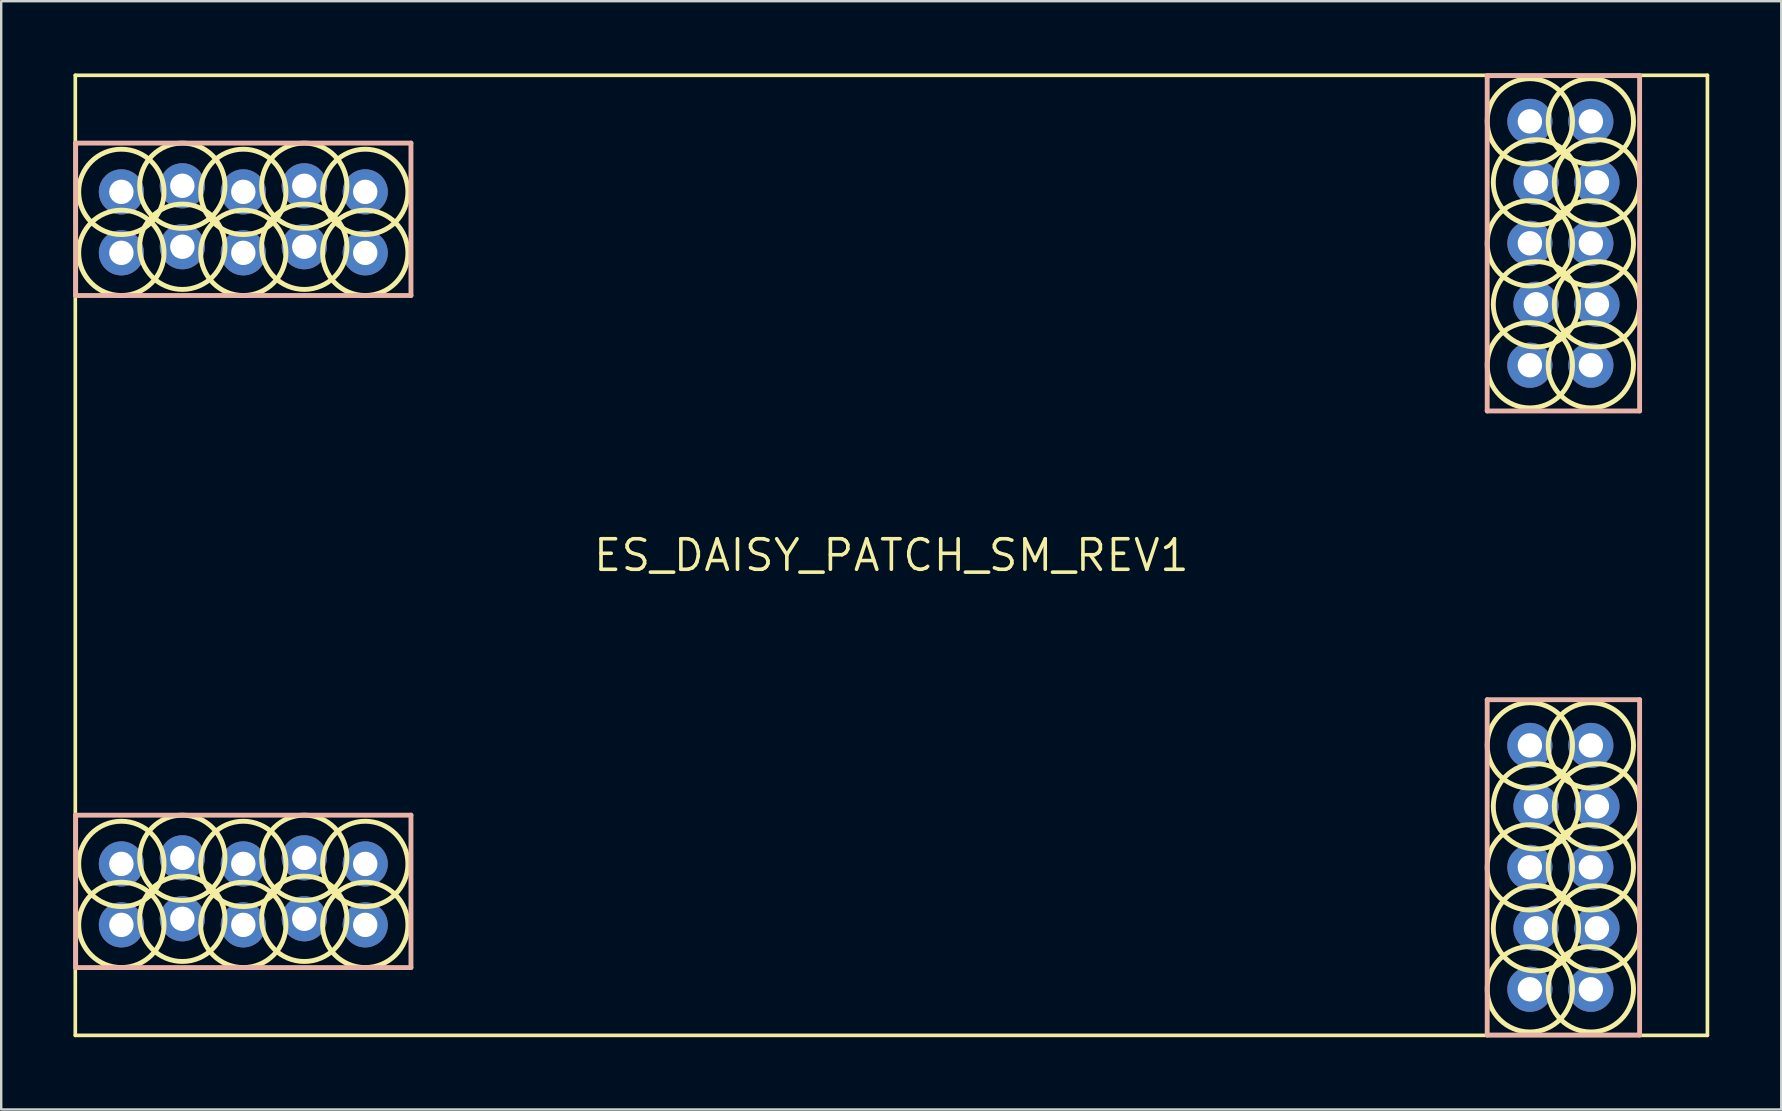
<source format=kicad_pcb>
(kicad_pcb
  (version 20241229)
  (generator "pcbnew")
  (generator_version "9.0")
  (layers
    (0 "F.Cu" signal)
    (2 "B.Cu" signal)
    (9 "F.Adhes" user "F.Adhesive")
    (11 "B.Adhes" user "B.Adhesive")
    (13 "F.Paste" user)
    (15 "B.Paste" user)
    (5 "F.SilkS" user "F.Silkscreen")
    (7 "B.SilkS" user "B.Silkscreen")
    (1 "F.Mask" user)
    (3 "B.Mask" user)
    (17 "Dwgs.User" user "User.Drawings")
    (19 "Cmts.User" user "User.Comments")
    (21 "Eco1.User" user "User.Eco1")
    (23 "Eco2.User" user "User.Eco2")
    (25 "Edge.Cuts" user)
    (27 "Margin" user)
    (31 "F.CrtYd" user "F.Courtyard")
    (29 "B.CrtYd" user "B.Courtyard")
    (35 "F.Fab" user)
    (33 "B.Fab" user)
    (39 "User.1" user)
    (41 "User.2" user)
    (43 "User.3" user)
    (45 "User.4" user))
  (footprint "ES_DAISY_PATCH_SM_REV1"
    (layer "F.Cu")
    (at 34.087 20.087)
    (property "Reference" "ES_DAISY_PATCH_SM_REV1" (at 0 0 0) (layer "F.SilkS") (effects (font (size 1.27 1.27) (thickness 0.15))))
    (attr through_hole)
    (fp_line (start -34 -20) (end 34 -20) (stroke (width 0.152) (type solid)) (layer "F.SilkS"))
    (fp_line (start -34 20) (end -34 -20) (stroke (width 0.152) (type solid)) (layer "F.SilkS"))
    (fp_line (start -34 20) (end 34 20) (stroke (width 0.152) (type solid)) (layer "F.SilkS"))
    (fp_line (start 34 20) (end 34 -20) (stroke (width 0.152) (type solid)) (layer "F.SilkS"))
    (fp_circle (center -32.08 -15.143) (end -30.302 -15.143) (stroke (width 0.203) (type solid)) (fill no) (layer "F.SilkS"))
    (fp_circle (center -32.08 -12.603) (end -30.302 -12.603) (stroke (width 0.203) (type solid)) (fill no) (layer "F.SilkS"))
    (fp_circle (center -32.08 12.857) (end -30.302 12.857) (stroke (width 0.203) (type solid)) (fill no) (layer "F.SilkS"))
    (fp_circle (center -32.08 15.397) (end -30.302 15.397) (stroke (width 0.203) (type solid)) (fill no) (layer "F.SilkS"))
    (fp_circle (center -29.54 -15.397) (end -27.762 -15.397) (stroke (width 0.203) (type solid)) (fill no) (layer "F.SilkS"))
    (fp_circle (center -29.54 -12.857) (end -27.762 -12.857) (stroke (width 0.203) (type solid)) (fill no) (layer "F.SilkS"))
    (fp_circle (center -29.54 12.603) (end -27.762 12.603) (stroke (width 0.203) (type solid)) (fill no) (layer "F.SilkS"))
    (fp_circle (center -29.54 15.143) (end -27.762 15.143) (stroke (width 0.203) (type solid)) (fill no) (layer "F.SilkS"))
    (fp_circle (center -27 -15.143) (end -25.222 -15.143) (stroke (width 0.203) (type solid)) (fill no) (layer "F.SilkS"))
    (fp_circle (center -27 -12.603) (end -25.222 -12.603) (stroke (width 0.203) (type solid)) (fill no) (layer "F.SilkS"))
    (fp_circle (center -27 12.857) (end -25.222 12.857) (stroke (width 0.203) (type solid)) (fill no) (layer "F.SilkS"))
    (fp_circle (center -27 15.397) (end -25.222 15.397) (stroke (width 0.203) (type solid)) (fill no) (layer "F.SilkS"))
    (fp_circle (center -24.46 -15.397) (end -22.682 -15.397) (stroke (width 0.203) (type solid)) (fill no) (layer "F.SilkS"))
    (fp_circle (center -24.46 -12.857) (end -22.682 -12.857) (stroke (width 0.203) (type solid)) (fill no) (layer "F.SilkS"))
    (fp_circle (center -24.46 12.603) (end -22.682 12.603) (stroke (width 0.203) (type solid)) (fill no) (layer "F.SilkS"))
    (fp_circle (center -24.46 15.143) (end -22.682 15.143) (stroke (width 0.203) (type solid)) (fill no) (layer "F.SilkS"))
    (fp_circle (center -21.92 -15.143) (end -20.142 -15.143) (stroke (width 0.203) (type solid)) (fill no) (layer "F.SilkS"))
    (fp_circle (center -21.92 -12.603) (end -20.142 -12.603) (stroke (width 0.203) (type solid)) (fill no) (layer "F.SilkS"))
    (fp_circle (center -21.92 12.857) (end -20.142 12.857) (stroke (width 0.203) (type solid)) (fill no) (layer "F.SilkS"))
    (fp_circle (center -21.92 15.397) (end -20.142 15.397) (stroke (width 0.203) (type solid)) (fill no) (layer "F.SilkS"))
    (fp_circle (center 26.603 -18.08) (end 28.381 -18.08) (stroke (width 0.203) (type solid)) (fill no) (layer "F.SilkS"))
    (fp_circle (center 26.603 -13) (end 28.381 -13) (stroke (width 0.203) (type solid)) (fill no) (layer "F.SilkS"))
    (fp_circle (center 26.603 -7.92) (end 28.381 -7.92) (stroke (width 0.203) (type solid)) (fill no) (layer "F.SilkS"))
    (fp_circle (center 26.603 7.92) (end 28.381 7.92) (stroke (width 0.203) (type solid)) (fill no) (layer "F.SilkS"))
    (fp_circle (center 26.603 13) (end 28.381 13) (stroke (width 0.203) (type solid)) (fill no) (layer "F.SilkS"))
    (fp_circle (center 26.603 18.08) (end 28.381 18.08) (stroke (width 0.203) (type solid)) (fill no) (layer "F.SilkS"))
    (fp_circle (center 26.857 -15.54) (end 28.635 -15.54) (stroke (width 0.203) (type solid)) (fill no) (layer "F.SilkS"))
    (fp_circle (center 26.857 -10.46) (end 28.635 -10.46) (stroke (width 0.203) (type solid)) (fill no) (layer "F.SilkS"))
    (fp_circle (center 26.857 10.46) (end 28.635 10.46) (stroke (width 0.203) (type solid)) (fill no) (layer "F.SilkS"))
    (fp_circle (center 26.857 15.54) (end 28.635 15.54) (stroke (width 0.203) (type solid)) (fill no) (layer "F.SilkS"))
    (fp_circle (center 29.143 -18.08) (end 30.921 -18.08) (stroke (width 0.203) (type solid)) (fill no) (layer "F.SilkS"))
    (fp_circle (center 29.143 -13) (end 30.921 -13) (stroke (width 0.203) (type solid)) (fill no) (layer "F.SilkS"))
    (fp_circle (center 29.143 -7.92) (end 30.921 -7.92) (stroke (width 0.203) (type solid)) (fill no) (layer "F.SilkS"))
    (fp_circle (center 29.143 7.92) (end 30.921 7.92) (stroke (width 0.203) (type solid)) (fill no) (layer "F.SilkS"))
    (fp_circle (center 29.143 13) (end 30.921 13) (stroke (width 0.203) (type solid)) (fill no) (layer "F.SilkS"))
    (fp_circle (center 29.143 18.08) (end 30.921 18.08) (stroke (width 0.203) (type solid)) (fill no) (layer "F.SilkS"))
    (fp_circle (center 29.397 -15.54) (end 31.175 -15.54) (stroke (width 0.203) (type solid)) (fill no) (layer "F.SilkS"))
    (fp_circle (center 29.397 -10.46) (end 31.175 -10.46) (stroke (width 0.203) (type solid)) (fill no) (layer "F.SilkS"))
    (fp_circle (center 29.397 10.46) (end 31.175 10.46) (stroke (width 0.203) (type solid)) (fill no) (layer "F.SilkS"))
    (fp_circle (center 29.397 15.54) (end 31.175 15.54) (stroke (width 0.203) (type solid)) (fill no) (layer "F.SilkS"))
    (fp_line (start -33.985 -17.175) (end -20.015 -17.175) (stroke (width 0.203) (type solid)) (layer "B.SilkS"))
    (fp_line (start -33.985 -10.825) (end -33.985 -17.175) (stroke (width 0.203) (type solid)) (layer "B.SilkS"))
    (fp_line (start -33.985 10.825) (end -20.015 10.825) (stroke (width 0.203) (type solid)) (layer "B.SilkS"))
    (fp_line (start -33.985 17.175) (end -33.985 10.825) (stroke (width 0.203) (type solid)) (layer "B.SilkS"))
    (fp_line (start -20.015 -17.175) (end -20.015 -10.825) (stroke (width 0.203) (type solid)) (layer "B.SilkS"))
    (fp_line (start -20.015 -10.825) (end -33.985 -10.825) (stroke (width 0.203) (type solid)) (layer "B.SilkS"))
    (fp_line (start -20.015 10.825) (end -20.015 17.175) (stroke (width 0.203) (type solid)) (layer "B.SilkS"))
    (fp_line (start -20.015 17.175) (end -33.985 17.175) (stroke (width 0.203) (type solid)) (layer "B.SilkS"))
    (fp_line (start 24.825 -19.985) (end 31.175 -19.985) (stroke (width 0.203) (type solid)) (layer "B.SilkS"))
    (fp_line (start 24.825 -6.015) (end 24.825 -19.985) (stroke (width 0.203) (type solid)) (layer "B.SilkS"))
    (fp_line (start 24.825 6.015) (end 31.175 6.015) (stroke (width 0.203) (type solid)) (layer "B.SilkS"))
    (fp_line (start 24.825 19.985) (end 24.825 6.015) (stroke (width 0.203) (type solid)) (layer "B.SilkS"))
    (fp_line (start 31.175 -19.985) (end 31.175 -6.015) (stroke (width 0.203) (type solid)) (layer "B.SilkS"))
    (fp_line (start 31.175 -6.015) (end 24.825 -6.015) (stroke (width 0.203) (type solid)) (layer "B.SilkS"))
    (fp_line (start 31.175 6.015) (end 31.175 19.985) (stroke (width 0.203) (type solid)) (layer "B.SilkS"))
    (fp_line (start 31.175 19.985) (end 24.825 19.985) (stroke (width 0.203) (type solid)) (layer "B.SilkS"))
    (fp_poly (pts (xy -31.826 -15.016) (xy -31.826 -15.524) (xy -32.334 -15.524) (xy -32.334 -15.016)) (stroke (width 0.1) (type solid)) (fill no) (layer "F.Fab"))
    (fp_poly (pts (xy -31.826 -12.476) (xy -31.826 -12.984) (xy -32.334 -12.984) (xy -32.334 -12.476)) (stroke (width 0.1) (type solid)) (fill no) (layer "F.Fab"))
    (fp_poly (pts (xy -31.826 12.984) (xy -31.826 12.476) (xy -32.334 12.476) (xy -32.334 12.984)) (stroke (width 0.1) (type solid)) (fill no) (layer "F.Fab"))
    (fp_poly (pts (xy -31.826 15.524) (xy -31.826 15.016) (xy -32.334 15.016) (xy -32.334 15.524)) (stroke (width 0.1) (type solid)) (fill no) (layer "F.Fab"))
    (fp_poly (pts (xy -29.286 -15.016) (xy -29.286 -15.524) (xy -29.794 -15.524) (xy -29.794 -15.016)) (stroke (width 0.1) (type solid)) (fill no) (layer "F.Fab"))
    (fp_poly (pts (xy -29.286 -12.476) (xy -29.286 -12.984) (xy -29.794 -12.984) (xy -29.794 -12.476)) (stroke (width 0.1) (type solid)) (fill no) (layer "F.Fab"))
    (fp_poly (pts (xy -29.286 12.984) (xy -29.286 12.476) (xy -29.794 12.476) (xy -29.794 12.984)) (stroke (width 0.1) (type solid)) (fill no) (layer "F.Fab"))
    (fp_poly (pts (xy -29.286 15.524) (xy -29.286 15.016) (xy -29.794 15.016) (xy -29.794 15.524)) (stroke (width 0.1) (type solid)) (fill no) (layer "F.Fab"))
    (fp_poly (pts (xy -26.746 -15.016) (xy -26.746 -15.524) (xy -27.254 -15.524) (xy -27.254 -15.016)) (stroke (width 0.1) (type solid)) (fill no) (layer "F.Fab"))
    (fp_poly (pts (xy -26.746 -12.476) (xy -26.746 -12.984) (xy -27.254 -12.984) (xy -27.254 -12.476)) (stroke (width 0.1) (type solid)) (fill no) (layer "F.Fab"))
    (fp_poly (pts (xy -26.746 12.984) (xy -26.746 12.476) (xy -27.254 12.476) (xy -27.254 12.984)) (stroke (width 0.1) (type solid)) (fill no) (layer "F.Fab"))
    (fp_poly (pts (xy -26.746 15.524) (xy -26.746 15.016) (xy -27.254 15.016) (xy -27.254 15.524)) (stroke (width 0.1) (type solid)) (fill no) (layer "F.Fab"))
    (fp_poly (pts (xy -24.206 -15.016) (xy -24.206 -15.524) (xy -24.714 -15.524) (xy -24.714 -15.016)) (stroke (width 0.1) (type solid)) (fill no) (layer "F.Fab"))
    (fp_poly (pts (xy -24.206 -12.476) (xy -24.206 -12.984) (xy -24.714 -12.984) (xy -24.714 -12.476)) (stroke (width 0.1) (type solid)) (fill no) (layer "F.Fab"))
    (fp_poly (pts (xy -24.206 12.984) (xy -24.206 12.476) (xy -24.714 12.476) (xy -24.714 12.984)) (stroke (width 0.1) (type solid)) (fill no) (layer "F.Fab"))
    (fp_poly (pts (xy -24.206 15.524) (xy -24.206 15.016) (xy -24.714 15.016) (xy -24.714 15.524)) (stroke (width 0.1) (type solid)) (fill no) (layer "F.Fab"))
    (fp_poly (pts (xy -21.666 -15.016) (xy -21.666 -15.524) (xy -22.174 -15.524) (xy -22.174 -15.016)) (stroke (width 0.1) (type solid)) (fill no) (layer "F.Fab"))
    (fp_poly (pts (xy -21.666 -12.476) (xy -21.666 -12.984) (xy -22.174 -12.984) (xy -22.174 -12.476)) (stroke (width 0.1) (type solid)) (fill no) (layer "F.Fab"))
    (fp_poly (pts (xy -21.666 12.984) (xy -21.666 12.476) (xy -22.174 12.476) (xy -22.174 12.984)) (stroke (width 0.1) (type solid)) (fill no) (layer "F.Fab"))
    (fp_poly (pts (xy -21.666 15.524) (xy -21.666 15.016) (xy -22.174 15.016) (xy -22.174 15.524)) (stroke (width 0.1) (type solid)) (fill no) (layer "F.Fab"))
    (fp_poly (pts (xy 26.476 -17.826) (xy 26.984 -17.826) (xy 26.984 -18.334) (xy 26.476 -18.334)) (stroke (width 0.1) (type solid)) (fill no) (layer "F.Fab"))
    (fp_poly (pts (xy 26.476 -15.286) (xy 26.984 -15.286) (xy 26.984 -15.794) (xy 26.476 -15.794)) (stroke (width 0.1) (type solid)) (fill no) (layer "F.Fab"))
    (fp_poly (pts (xy 26.476 -12.746) (xy 26.984 -12.746) (xy 26.984 -13.254) (xy 26.476 -13.254)) (stroke (width 0.1) (type solid)) (fill no) (layer "F.Fab"))
    (fp_poly (pts (xy 26.476 -10.206) (xy 26.984 -10.206) (xy 26.984 -10.714) (xy 26.476 -10.714)) (stroke (width 0.1) (type solid)) (fill no) (layer "F.Fab"))
    (fp_poly (pts (xy 26.476 -7.666) (xy 26.984 -7.666) (xy 26.984 -8.174) (xy 26.476 -8.174)) (stroke (width 0.1) (type solid)) (fill no) (layer "F.Fab"))
    (fp_poly (pts (xy 26.476 8.174) (xy 26.984 8.174) (xy 26.984 7.666) (xy 26.476 7.666)) (stroke (width 0.1) (type solid)) (fill no) (layer "F.Fab"))
    (fp_poly (pts (xy 26.476 10.714) (xy 26.984 10.714) (xy 26.984 10.206) (xy 26.476 10.206)) (stroke (width 0.1) (type solid)) (fill no) (layer "F.Fab"))
    (fp_poly (pts (xy 26.476 13.254) (xy 26.984 13.254) (xy 26.984 12.746) (xy 26.476 12.746)) (stroke (width 0.1) (type solid)) (fill no) (layer "F.Fab"))
    (fp_poly (pts (xy 26.476 15.794) (xy 26.984 15.794) (xy 26.984 15.286) (xy 26.476 15.286)) (stroke (width 0.1) (type solid)) (fill no) (layer "F.Fab"))
    (fp_poly (pts (xy 26.476 18.334) (xy 26.984 18.334) (xy 26.984 17.826) (xy 26.476 17.826)) (stroke (width 0.1) (type solid)) (fill no) (layer "F.Fab"))
    (fp_poly (pts (xy 29.016 -17.826) (xy 29.524 -17.826) (xy 29.524 -18.334) (xy 29.016 -18.334)) (stroke (width 0.1) (type solid)) (fill no) (layer "F.Fab"))
    (fp_poly (pts (xy 29.016 -15.286) (xy 29.524 -15.286) (xy 29.524 -15.794) (xy 29.016 -15.794)) (stroke (width 0.1) (type solid)) (fill no) (layer "F.Fab"))
    (fp_poly (pts (xy 29.016 -12.746) (xy 29.524 -12.746) (xy 29.524 -13.254) (xy 29.016 -13.254)) (stroke (width 0.1) (type solid)) (fill no) (layer "F.Fab"))
    (fp_poly (pts (xy 29.016 -10.206) (xy 29.524 -10.206) (xy 29.524 -10.714) (xy 29.016 -10.714)) (stroke (width 0.1) (type solid)) (fill no) (layer "F.Fab"))
    (fp_poly (pts (xy 29.016 -7.666) (xy 29.524 -7.666) (xy 29.524 -8.174) (xy 29.016 -8.174)) (stroke (width 0.1) (type solid)) (fill no) (layer "F.Fab"))
    (fp_poly (pts (xy 29.016 8.174) (xy 29.524 8.174) (xy 29.524 7.666) (xy 29.016 7.666)) (stroke (width 0.1) (type solid)) (fill no) (layer "F.Fab"))
    (fp_poly (pts (xy 29.016 10.714) (xy 29.524 10.714) (xy 29.524 10.206) (xy 29.016 10.206)) (stroke (width 0.1) (type solid)) (fill no) (layer "F.Fab"))
    (fp_poly (pts (xy 29.016 13.254) (xy 29.524 13.254) (xy 29.524 12.746) (xy 29.016 12.746)) (stroke (width 0.1) (type solid)) (fill no) (layer "F.Fab"))
    (fp_poly (pts (xy 29.016 15.794) (xy 29.524 15.794) (xy 29.524 15.286) (xy 29.016 15.286)) (stroke (width 0.1) (type solid)) (fill no) (layer "F.Fab"))
    (fp_poly (pts (xy 29.016 18.334) (xy 29.524 18.334) (xy 29.524 17.826) (xy 29.016 17.826)) (stroke (width 0.1) (type solid)) (fill no) (layer "F.Fab"))
    (pad "A1" thru_hole circle (at -32.08 15.397 270) (size 1.88 1.88) (drill 1.016) (layers "*.Cu" "*.Mask"))
    (pad "A2" thru_hole circle (at -29.54 15.143 270) (size 1.88 1.88) (drill 1.016) (layers "*.Cu" "*.Mask"))
    (pad "A3" thru_hole circle (at -27 15.397 270) (size 1.88 1.88) (drill 1.016) (layers "*.Cu" "*.Mask"))
    (pad "A4" thru_hole circle (at -24.46 15.143 270) (size 1.88 1.88) (drill 1.016) (layers "*.Cu" "*.Mask"))
    (pad "A5" thru_hole circle (at -21.92 15.397 270) (size 1.88 1.88) (drill 1.016) (layers "*.Cu" "*.Mask"))
    (pad "A6" thru_hole circle (at -21.92 12.857 270) (size 1.88 1.88) (drill 1.016) (layers "*.Cu" "*.Mask"))
    (pad "A7" thru_hole circle (at -24.46 12.603 270) (size 1.88 1.88) (drill 1.016) (layers "*.Cu" "*.Mask"))
    (pad "A8" thru_hole circle (at -27 12.857 270) (size 1.88 1.88) (drill 1.016) (layers "*.Cu" "*.Mask"))
    (pad "A9" thru_hole circle (at -29.54 12.603 270) (size 1.88 1.88) (drill 1.016) (layers "*.Cu" "*.Mask"))
    (pad "A10" thru_hole circle (at -32.08 12.857 270) (size 1.88 1.88) (drill 1.016) (layers "*.Cu" "*.Mask"))
    (pad "B1" thru_hole circle (at 29.143 18.08 180) (size 1.88 1.88) (drill 1.016) (layers "*.Cu" "*.Mask"))
    (pad "B2" thru_hole circle (at 29.397 15.54 180) (size 1.88 1.88) (drill 1.016) (layers "*.Cu" "*.Mask"))
    (pad "B3" thru_hole circle (at 29.143 13 180) (size 1.88 1.88) (drill 1.016) (layers "*.Cu" "*.Mask"))
    (pad "B4" thru_hole circle (at 29.397 10.46 180) (size 1.88 1.88) (drill 1.016) (layers "*.Cu" "*.Mask"))
    (pad "B5" thru_hole circle (at 29.143 7.92 180) (size 1.88 1.88) (drill 1.016) (layers "*.Cu" "*.Mask"))
    (pad "B6" thru_hole circle (at 26.603 7.92 180) (size 1.88 1.88) (drill 1.016) (layers "*.Cu" "*.Mask"))
    (pad "B7" thru_hole circle (at 26.857 10.46 180) (size 1.88 1.88) (drill 1.016) (layers "*.Cu" "*.Mask"))
    (pad "B8" thru_hole circle (at 26.603 13 180) (size 1.88 1.88) (drill 1.016) (layers "*.Cu" "*.Mask"))
    (pad "B9" thru_hole circle (at 26.857 15.54 180) (size 1.88 1.88) (drill 1.016) (layers "*.Cu" "*.Mask"))
    (pad "B10" thru_hole circle (at 26.603 18.08 180) (size 1.88 1.88) (drill 1.016) (layers "*.Cu" "*.Mask"))
    (pad "C1" thru_hole circle (at 29.143 -7.92 180) (size 1.88 1.88) (drill 1.016) (layers "*.Cu" "*.Mask"))
    (pad "C2" thru_hole circle (at 29.397 -10.46 180) (size 1.88 1.88) (drill 1.016) (layers "*.Cu" "*.Mask"))
    (pad "C3" thru_hole circle (at 29.143 -13 180) (size 1.88 1.88) (drill 1.016) (layers "*.Cu" "*.Mask"))
    (pad "C4" thru_hole circle (at 29.397 -15.54 180) (size 1.88 1.88) (drill 1.016) (layers "*.Cu" "*.Mask"))
    (pad "C5" thru_hole circle (at 29.143 -18.08 180) (size 1.88 1.88) (drill 1.016) (layers "*.Cu" "*.Mask"))
    (pad "C6" thru_hole circle (at 26.603 -18.08 180) (size 1.88 1.88) (drill 1.016) (layers "*.Cu" "*.Mask"))
    (pad "C7" thru_hole circle (at 26.857 -15.54 180) (size 1.88 1.88) (drill 1.016) (layers "*.Cu" "*.Mask"))
    (pad "C8" thru_hole circle (at 26.603 -13 180) (size 1.88 1.88) (drill 1.016) (layers "*.Cu" "*.Mask"))
    (pad "C9" thru_hole circle (at 26.857 -10.46 180) (size 1.88 1.88) (drill 1.016) (layers "*.Cu" "*.Mask"))
    (pad "C10" thru_hole circle (at 26.603 -7.92 180) (size 1.88 1.88) (drill 1.016) (layers "*.Cu" "*.Mask"))
    (pad "D1" thru_hole circle (at -32.08 -12.603 270) (size 1.88 1.88) (drill 1.016) (layers "*.Cu" "*.Mask"))
    (pad "D2" thru_hole circle (at -29.54 -12.857 270) (size 1.88 1.88) (drill 1.016) (layers "*.Cu" "*.Mask"))
    (pad "D3" thru_hole circle (at -27 -12.603 270) (size 1.88 1.88) (drill 1.016) (layers "*.Cu" "*.Mask"))
    (pad "D4" thru_hole circle (at -24.46 -12.857 270) (size 1.88 1.88) (drill 1.016) (layers "*.Cu" "*.Mask"))
    (pad "D5" thru_hole circle (at -21.92 -12.603 270) (size 1.88 1.88) (drill 1.016) (layers "*.Cu" "*.Mask"))
    (pad "D6" thru_hole circle (at -21.92 -15.143 270) (size 1.88 1.88) (drill 1.016) (layers "*.Cu" "*.Mask"))
    (pad "D7" thru_hole circle (at -24.46 -15.397 270) (size 1.88 1.88) (drill 1.016) (layers "*.Cu" "*.Mask"))
    (pad "D8" thru_hole circle (at -27 -15.143 270) (size 1.88 1.88) (drill 1.016) (layers "*.Cu" "*.Mask"))
    (pad "D9" thru_hole circle (at -29.54 -15.397 270) (size 1.88 1.88) (drill 1.016) (layers "*.Cu" "*.Mask"))
    (pad "D10" thru_hole circle (at -32.08 -15.143 270) (size 1.88 1.88) (drill 1.016) (layers "*.Cu" "*.Mask")))
  (gr_rect
    (start -3 -3)
    (end 71.163 43.173)
    (stroke (width 0.1) (type default))
    (fill no)
    (layer "Edge.Cuts")))
</source>
